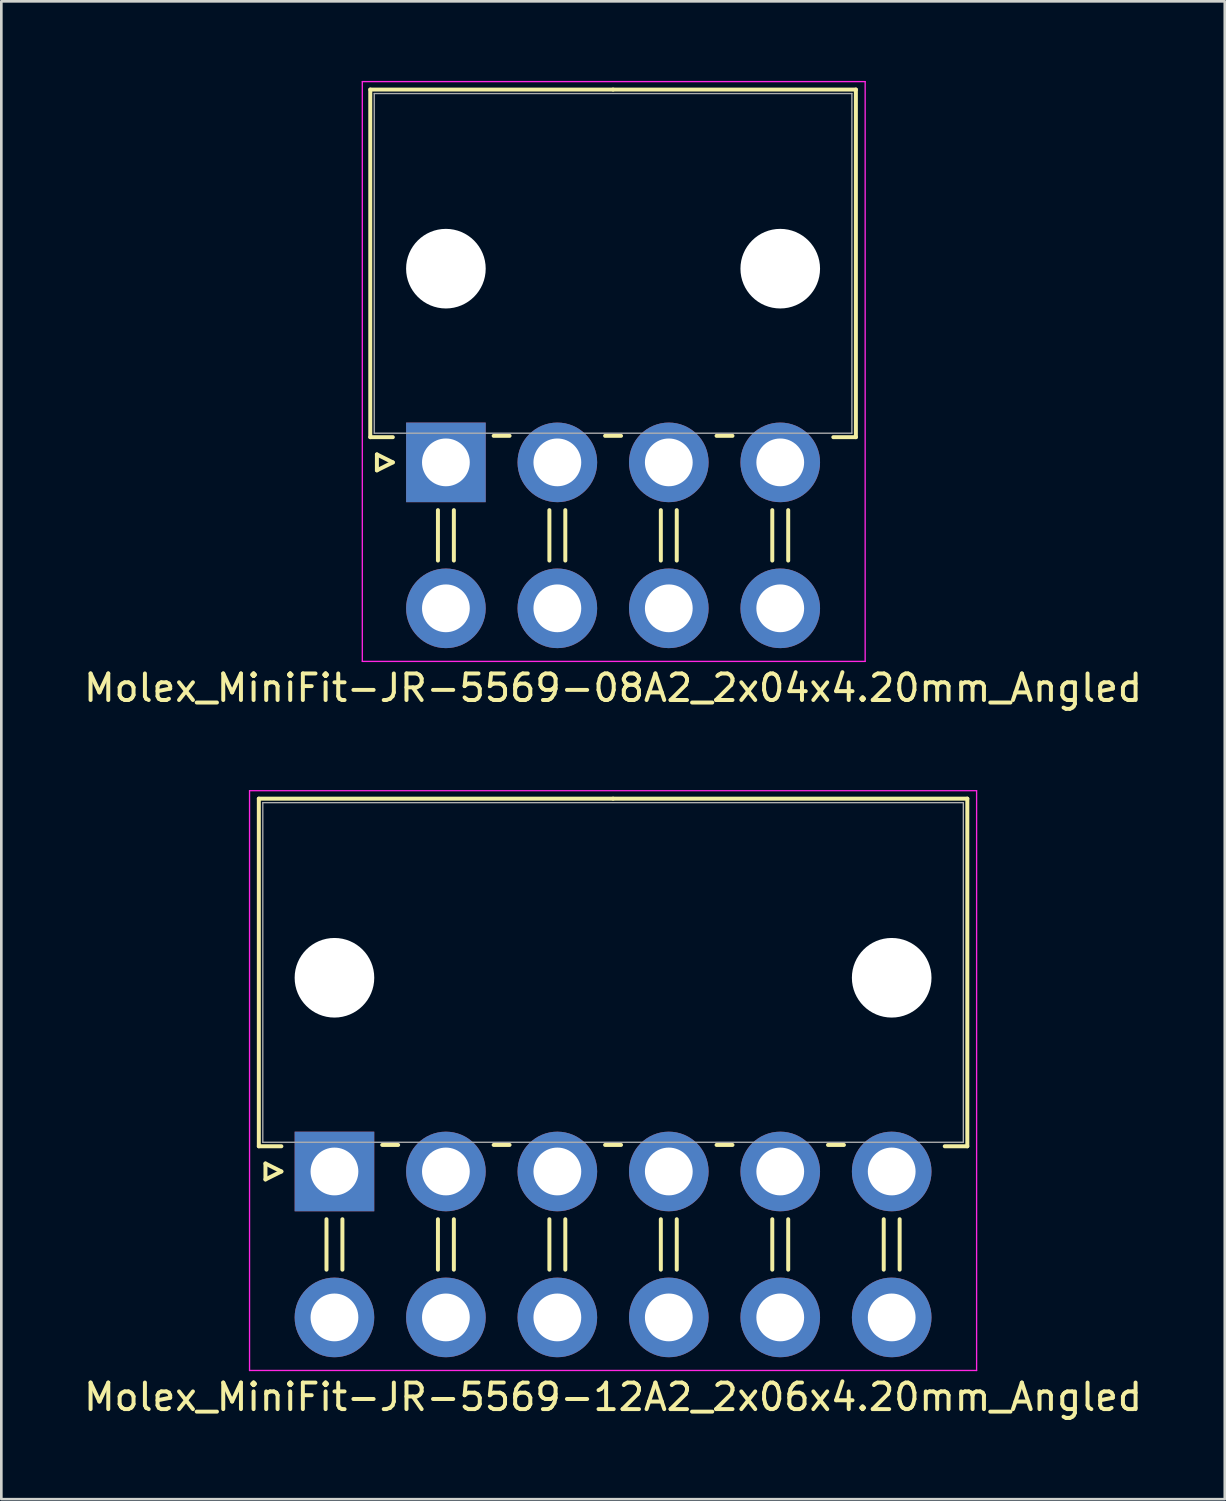
<source format=kicad_pcb>
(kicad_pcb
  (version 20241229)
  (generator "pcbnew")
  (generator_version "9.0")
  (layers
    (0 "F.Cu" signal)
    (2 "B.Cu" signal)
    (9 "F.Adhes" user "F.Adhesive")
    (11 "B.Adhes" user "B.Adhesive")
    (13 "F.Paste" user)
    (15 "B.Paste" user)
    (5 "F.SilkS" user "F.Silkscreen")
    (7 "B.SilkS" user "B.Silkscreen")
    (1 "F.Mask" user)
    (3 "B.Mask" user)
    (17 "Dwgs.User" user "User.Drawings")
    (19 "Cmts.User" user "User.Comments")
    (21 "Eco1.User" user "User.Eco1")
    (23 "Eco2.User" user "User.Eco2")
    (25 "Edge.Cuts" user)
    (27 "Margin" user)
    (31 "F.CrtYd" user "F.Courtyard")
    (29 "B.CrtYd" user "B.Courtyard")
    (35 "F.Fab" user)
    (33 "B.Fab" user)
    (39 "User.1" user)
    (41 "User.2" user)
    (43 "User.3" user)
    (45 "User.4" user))
  (footprint "Molex_MiniFit-JR-5569-08A2_2x04x4.20mm_Angled"
    (layer "F.Cu")
    (at 13.754 14.375)
    (property "Reference" "Molex_MiniFit-JR-5569-08A2_2x04x4.20mm_Angled" (at 6.3 8.5 0) (layer "F.SilkS") (effects (font (size 1 1) (thickness 0.15))))
    (attr through_hole)
    (fp_line (start -2.85 -14.05) (end 6.3 -14.05) (stroke (width 0.15) (type solid)) (layer "F.SilkS"))
    (fp_line (start -2.85 -0.95) (end -2.85 -14.05) (stroke (width 0.15) (type solid)) (layer "F.SilkS"))
    (fp_line (start -2.6 -0.3) (end -2 0) (stroke (width 0.15) (type solid)) (layer "F.SilkS"))
    (fp_line (start -2.6 0.3) (end -2.6 -0.3) (stroke (width 0.15) (type solid)) (layer "F.SilkS"))
    (fp_line (start -2 -0.95) (end -2.85 -0.95) (stroke (width 0.15) (type solid)) (layer "F.SilkS"))
    (fp_line (start -2 0) (end -2.6 0.3) (stroke (width 0.15) (type solid)) (layer "F.SilkS"))
    (fp_line (start -0.3 1.8) (end -0.3 3.7) (stroke (width 0.15) (type solid)) (layer "F.SilkS"))
    (fp_line (start 0.3 1.8) (end 0.3 3.7) (stroke (width 0.15) (type solid)) (layer "F.SilkS"))
    (fp_line (start 1.8 -1) (end 2.4 -1) (stroke (width 0.15) (type solid)) (layer "F.SilkS"))
    (fp_line (start 3.9 1.8) (end 3.9 3.7) (stroke (width 0.15) (type solid)) (layer "F.SilkS"))
    (fp_line (start 4.5 1.8) (end 4.5 3.7) (stroke (width 0.15) (type solid)) (layer "F.SilkS"))
    (fp_line (start 6 -1) (end 6.6 -1) (stroke (width 0.15) (type solid)) (layer "F.SilkS"))
    (fp_line (start 8.1 1.8) (end 8.1 3.7) (stroke (width 0.15) (type solid)) (layer "F.SilkS"))
    (fp_line (start 8.7 1.8) (end 8.7 3.7) (stroke (width 0.15) (type solid)) (layer "F.SilkS"))
    (fp_line (start 10.2 -1) (end 10.8 -1) (stroke (width 0.15) (type solid)) (layer "F.SilkS"))
    (fp_line (start 12.3 1.8) (end 12.3 3.7) (stroke (width 0.15) (type solid)) (layer "F.SilkS"))
    (fp_line (start 12.9 1.8) (end 12.9 3.7) (stroke (width 0.15) (type solid)) (layer "F.SilkS"))
    (fp_line (start 14.6 -0.95) (end 15.45 -0.95) (stroke (width 0.15) (type solid)) (layer "F.SilkS"))
    (fp_line (start 15.45 -14.05) (end 6.3 -14.05) (stroke (width 0.15) (type solid)) (layer "F.SilkS"))
    (fp_line (start 15.45 -0.95) (end 15.45 -14.05) (stroke (width 0.15) (type solid)) (layer "F.SilkS"))
    (fp_line (start -3.15 -14.35) (end -3.15 7.5) (stroke (width 0.05) (type solid)) (layer "F.CrtYd"))
    (fp_line (start -3.15 7.5) (end 15.8 7.5) (stroke (width 0.05) (type solid)) (layer "F.CrtYd"))
    (fp_line (start 15.8 -14.35) (end -3.15 -14.35) (stroke (width 0.05) (type solid)) (layer "F.CrtYd"))
    (fp_line (start 15.8 7.5) (end 15.8 -14.35) (stroke (width 0.05) (type solid)) (layer "F.CrtYd"))
    (fp_line (start -2.7 -13.9) (end -2.7 -1.1) (stroke (width 0.05) (type solid)) (layer "F.Fab"))
    (fp_line (start -2.7 -1.1) (end 15.3 -1.1) (stroke (width 0.05) (type solid)) (layer "F.Fab"))
    (fp_line (start 15.3 -13.9) (end -2.7 -13.9) (stroke (width 0.05) (type solid)) (layer "F.Fab"))
    (fp_line (start 15.3 -1.1) (end 15.3 -13.9) (stroke (width 0.05) (type solid)) (layer "F.Fab"))
    (pad "" np_thru_hole circle (at 0 -7.3) (size 3 3) (drill 3) (layers "*.Cu"))
    (pad "" np_thru_hole circle (at 12.6 -7.3) (size 3 3) (drill 3) (layers "*.Cu"))
    (pad "1" thru_hole rect (at 0 0) (size 3 3) (drill 1.8) (layers "*.Cu" "*.Mask"))
    (pad "2" thru_hole circle (at 4.2 0) (size 3 3) (drill 1.8) (layers "*.Cu" "*.Mask"))
    (pad "3" thru_hole circle (at 8.4 0) (size 3 3) (drill 1.8) (layers "*.Cu" "*.Mask"))
    (pad "4" thru_hole circle (at 12.6 0) (size 3 3) (drill 1.8) (layers "*.Cu" "*.Mask"))
    (pad "5" thru_hole circle (at 0 5.5) (size 3 3) (drill 1.8) (layers "*.Cu" "*.Mask"))
    (pad "6" thru_hole circle (at 4.2 5.5) (size 3 3) (drill 1.8) (layers "*.Cu" "*.Mask"))
    (pad "7" thru_hole circle (at 8.4 5.5) (size 3 3) (drill 1.8) (layers "*.Cu" "*.Mask"))
    (pad "8" thru_hole circle (at 12.6 5.5) (size 3 3) (drill 1.8) (layers "*.Cu" "*.Mask")))
  (footprint "Molex_MiniFit-JR-5569-12A2_2x06x4.20mm_Angled"
    (layer "F.Cu")
    (at 9.554 41.098)
    (property "Reference" "Molex_MiniFit-JR-5569-12A2_2x06x4.20mm_Angled" (at 10.5 8.5 0) (layer "F.SilkS") (effects (font (size 1 1) (thickness 0.15))))
    (attr through_hole)
    (fp_line (start -2.85 -14.05) (end 10.5 -14.05) (stroke (width 0.15) (type solid)) (layer "F.SilkS"))
    (fp_line (start -2.85 -0.95) (end -2.85 -14.05) (stroke (width 0.15) (type solid)) (layer "F.SilkS"))
    (fp_line (start -2.6 -0.3) (end -2 0) (stroke (width 0.15) (type solid)) (layer "F.SilkS"))
    (fp_line (start -2.6 0.3) (end -2.6 -0.3) (stroke (width 0.15) (type solid)) (layer "F.SilkS"))
    (fp_line (start -2 -0.95) (end -2.85 -0.95) (stroke (width 0.15) (type solid)) (layer "F.SilkS"))
    (fp_line (start -2 0) (end -2.6 0.3) (stroke (width 0.15) (type solid)) (layer "F.SilkS"))
    (fp_line (start -0.3 1.8) (end -0.3 3.7) (stroke (width 0.15) (type solid)) (layer "F.SilkS"))
    (fp_line (start 0.3 1.8) (end 0.3 3.7) (stroke (width 0.15) (type solid)) (layer "F.SilkS"))
    (fp_line (start 1.8 -1) (end 2.4 -1) (stroke (width 0.15) (type solid)) (layer "F.SilkS"))
    (fp_line (start 3.9 1.8) (end 3.9 3.7) (stroke (width 0.15) (type solid)) (layer "F.SilkS"))
    (fp_line (start 4.5 1.8) (end 4.5 3.7) (stroke (width 0.15) (type solid)) (layer "F.SilkS"))
    (fp_line (start 6 -1) (end 6.6 -1) (stroke (width 0.15) (type solid)) (layer "F.SilkS"))
    (fp_line (start 8.1 1.8) (end 8.1 3.7) (stroke (width 0.15) (type solid)) (layer "F.SilkS"))
    (fp_line (start 8.7 1.8) (end 8.7 3.7) (stroke (width 0.15) (type solid)) (layer "F.SilkS"))
    (fp_line (start 10.2 -1) (end 10.8 -1) (stroke (width 0.15) (type solid)) (layer "F.SilkS"))
    (fp_line (start 12.3 1.8) (end 12.3 3.7) (stroke (width 0.15) (type solid)) (layer "F.SilkS"))
    (fp_line (start 12.9 1.8) (end 12.9 3.7) (stroke (width 0.15) (type solid)) (layer "F.SilkS"))
    (fp_line (start 14.4 -1) (end 15 -1) (stroke (width 0.15) (type solid)) (layer "F.SilkS"))
    (fp_line (start 16.5 1.8) (end 16.5 3.7) (stroke (width 0.15) (type solid)) (layer "F.SilkS"))
    (fp_line (start 17.1 1.8) (end 17.1 3.7) (stroke (width 0.15) (type solid)) (layer "F.SilkS"))
    (fp_line (start 18.6 -1) (end 19.2 -1) (stroke (width 0.15) (type solid)) (layer "F.SilkS"))
    (fp_line (start 20.7 1.8) (end 20.7 3.7) (stroke (width 0.15) (type solid)) (layer "F.SilkS"))
    (fp_line (start 21.3 1.8) (end 21.3 3.7) (stroke (width 0.15) (type solid)) (layer "F.SilkS"))
    (fp_line (start 23 -0.95) (end 23.85 -0.95) (stroke (width 0.15) (type solid)) (layer "F.SilkS"))
    (fp_line (start 23.85 -14.05) (end 10.5 -14.05) (stroke (width 0.15) (type solid)) (layer "F.SilkS"))
    (fp_line (start 23.85 -0.95) (end 23.85 -14.05) (stroke (width 0.15) (type solid)) (layer "F.SilkS"))
    (fp_line (start -3.2 -14.35) (end -3.2 7.5) (stroke (width 0.05) (type solid)) (layer "F.CrtYd"))
    (fp_line (start -3.2 7.5) (end 24.2 7.5) (stroke (width 0.05) (type solid)) (layer "F.CrtYd"))
    (fp_line (start 24.2 -14.35) (end -3.2 -14.35) (stroke (width 0.05) (type solid)) (layer "F.CrtYd"))
    (fp_line (start 24.2 7.5) (end 24.2 -14.35) (stroke (width 0.05) (type solid)) (layer "F.CrtYd"))
    (fp_line (start -2.7 -13.9) (end -2.7 -1.1) (stroke (width 0.05) (type solid)) (layer "F.Fab"))
    (fp_line (start -2.7 -1.1) (end 23.7 -1.1) (stroke (width 0.05) (type solid)) (layer "F.Fab"))
    (fp_line (start 23.7 -13.9) (end -2.7 -13.9) (stroke (width 0.05) (type solid)) (layer "F.Fab"))
    (fp_line (start 23.7 -1.1) (end 23.7 -13.9) (stroke (width 0.05) (type solid)) (layer "F.Fab"))
    (pad "" np_thru_hole circle (at 0 -7.3) (size 3 3) (drill 3) (layers "*.Cu"))
    (pad "" np_thru_hole circle (at 21 -7.3) (size 3 3) (drill 3) (layers "*.Cu"))
    (pad "1" thru_hole rect (at 0 0) (size 3 3) (drill 1.8) (layers "*.Cu" "*.Mask"))
    (pad "2" thru_hole circle (at 4.2 0) (size 3 3) (drill 1.8) (layers "*.Cu" "*.Mask"))
    (pad "3" thru_hole circle (at 8.4 0) (size 3 3) (drill 1.8) (layers "*.Cu" "*.Mask"))
    (pad "4" thru_hole circle (at 12.6 0) (size 3 3) (drill 1.8) (layers "*.Cu" "*.Mask"))
    (pad "5" thru_hole circle (at 16.8 0) (size 3 3) (drill 1.8) (layers "*.Cu" "*.Mask"))
    (pad "6" thru_hole circle (at 21 0) (size 3 3) (drill 1.8) (layers "*.Cu" "*.Mask"))
    (pad "7" thru_hole circle (at 0 5.5) (size 3 3) (drill 1.8) (layers "*.Cu" "*.Mask"))
    (pad "8" thru_hole circle (at 4.2 5.5) (size 3 3) (drill 1.8) (layers "*.Cu" "*.Mask"))
    (pad "9" thru_hole circle (at 8.4 5.5) (size 3 3) (drill 1.8) (layers "*.Cu" "*.Mask"))
    (pad "10" thru_hole circle (at 12.6 5.5) (size 3 3) (drill 1.8) (layers "*.Cu" "*.Mask"))
    (pad "11" thru_hole circle (at 16.8 5.5) (size 3 3) (drill 1.8) (layers "*.Cu" "*.Mask"))
    (pad "12" thru_hole circle (at 21 5.5) (size 3 3) (drill 1.8) (layers "*.Cu" "*.Mask")))
  (gr_rect
    (start -3 -3)
    (end 43.107 53.447)
    (stroke (width 0.1) (type default))
    (fill no)
    (layer "Edge.Cuts")))
</source>
